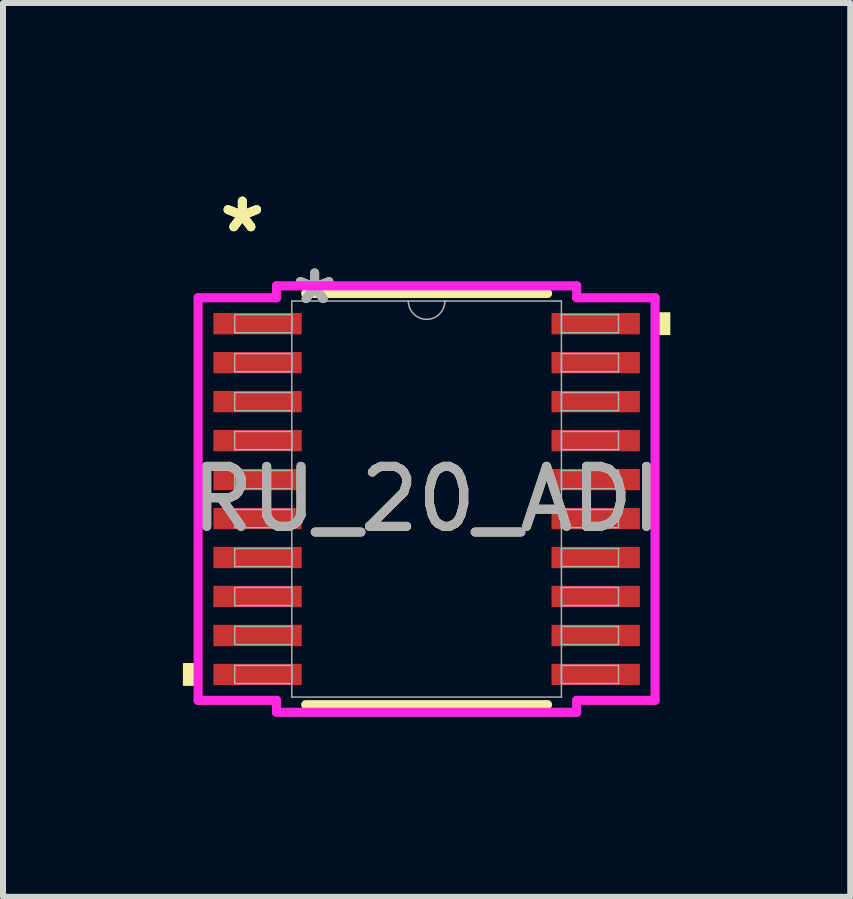
<source format=kicad_pcb>
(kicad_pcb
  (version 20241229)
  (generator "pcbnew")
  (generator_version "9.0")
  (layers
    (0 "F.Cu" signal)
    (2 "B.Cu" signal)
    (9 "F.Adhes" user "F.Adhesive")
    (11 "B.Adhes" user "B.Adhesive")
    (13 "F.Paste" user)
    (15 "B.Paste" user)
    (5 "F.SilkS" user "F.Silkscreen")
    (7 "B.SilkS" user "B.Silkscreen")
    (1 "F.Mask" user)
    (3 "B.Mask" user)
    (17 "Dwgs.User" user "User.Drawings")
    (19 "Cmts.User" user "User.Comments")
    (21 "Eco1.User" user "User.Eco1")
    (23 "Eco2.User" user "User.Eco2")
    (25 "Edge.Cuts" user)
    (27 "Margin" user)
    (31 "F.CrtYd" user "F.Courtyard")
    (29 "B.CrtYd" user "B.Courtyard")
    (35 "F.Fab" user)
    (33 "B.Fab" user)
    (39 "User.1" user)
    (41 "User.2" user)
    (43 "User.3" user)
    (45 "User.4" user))
  (footprint "RU_20_ADI"
    (layer "F.Cu")
    (at 4.064 5.272)
    (property "Reference" "RU_20_ADI" (at 0 0 0) (unlocked yes) (layer "F.SilkS") (effects (font (size 1 1) (thickness 0.15))))
    (attr smd)
    (fp_line (start -2.017 3.429) (end 2.017 3.429) (stroke (width 0.152) (type solid)) (layer "F.SilkS"))
    (fp_line (start 2.017 -3.429) (end -2.017 -3.429) (stroke (width 0.152) (type solid)) (layer "F.SilkS"))
    (fp_poly (pts (xy -4.064 2.734) (xy -4.064 3.115) (xy -3.81 3.115) (xy -3.81 2.734)) (stroke (width 0) (type solid)) (fill yes) (layer "F.SilkS"))
    (fp_poly (pts (xy 4.064 -3.115) (xy 4.064 -2.734) (xy 3.81 -2.734) (xy 3.81 -3.115)) (stroke (width 0) (type solid)) (fill yes) (layer "F.SilkS"))
    (fp_line (start -3.81 -3.357) (end -2.502 -3.357) (stroke (width 0.152) (type solid)) (layer "F.CrtYd"))
    (fp_line (start -3.81 3.357) (end -3.81 -3.357) (stroke (width 0.152) (type solid)) (layer "F.CrtYd"))
    (fp_line (start -3.81 3.357) (end -2.502 3.357) (stroke (width 0.152) (type solid)) (layer "F.CrtYd"))
    (fp_line (start -2.502 -3.556) (end 2.502 -3.556) (stroke (width 0.152) (type solid)) (layer "F.CrtYd"))
    (fp_line (start -2.502 -3.357) (end -2.502 -3.556) (stroke (width 0.152) (type solid)) (layer "F.CrtYd"))
    (fp_line (start -2.502 3.556) (end -2.502 3.357) (stroke (width 0.152) (type solid)) (layer "F.CrtYd"))
    (fp_line (start 2.502 -3.556) (end 2.502 -3.357) (stroke (width 0.152) (type solid)) (layer "F.CrtYd"))
    (fp_line (start 2.502 3.357) (end 2.502 3.556) (stroke (width 0.152) (type solid)) (layer "F.CrtYd"))
    (fp_line (start 2.502 3.556) (end -2.502 3.556) (stroke (width 0.152) (type solid)) (layer "F.CrtYd"))
    (fp_line (start 3.81 -3.357) (end 2.502 -3.357) (stroke (width 0.152) (type solid)) (layer "F.CrtYd"))
    (fp_line (start 3.81 -3.357) (end 3.81 3.357) (stroke (width 0.152) (type solid)) (layer "F.CrtYd"))
    (fp_line (start 3.81 3.357) (end 2.502 3.357) (stroke (width 0.152) (type solid)) (layer "F.CrtYd"))
    (fp_line (start -3.2 -3.077) (end -3.2 -2.773) (stroke (width 0.025) (type solid)) (layer "F.Fab"))
    (fp_line (start -3.2 -2.773) (end -2.248 -2.773) (stroke (width 0.025) (type solid)) (layer "F.Fab"))
    (fp_line (start -3.2 -2.427) (end -3.2 -2.123) (stroke (width 0.025) (type solid)) (layer "F.Fab"))
    (fp_line (start -3.2 -2.123) (end -2.248 -2.123) (stroke (width 0.025) (type solid)) (layer "F.Fab"))
    (fp_line (start -3.2 -1.777) (end -3.2 -1.473) (stroke (width 0.025) (type solid)) (layer "F.Fab"))
    (fp_line (start -3.2 -1.473) (end -2.248 -1.473) (stroke (width 0.025) (type solid)) (layer "F.Fab"))
    (fp_line (start -3.2 -1.127) (end -3.2 -0.823) (stroke (width 0.025) (type solid)) (layer "F.Fab"))
    (fp_line (start -3.2 -0.823) (end -2.248 -0.823) (stroke (width 0.025) (type solid)) (layer "F.Fab"))
    (fp_line (start -3.2 -0.477) (end -3.2 -0.173) (stroke (width 0.025) (type solid)) (layer "F.Fab"))
    (fp_line (start -3.2 -0.173) (end -2.248 -0.173) (stroke (width 0.025) (type solid)) (layer "F.Fab"))
    (fp_line (start -3.2 0.173) (end -3.2 0.477) (stroke (width 0.025) (type solid)) (layer "F.Fab"))
    (fp_line (start -3.2 0.477) (end -2.248 0.477) (stroke (width 0.025) (type solid)) (layer "F.Fab"))
    (fp_line (start -3.2 0.823) (end -3.2 1.127) (stroke (width 0.025) (type solid)) (layer "F.Fab"))
    (fp_line (start -3.2 1.127) (end -2.248 1.127) (stroke (width 0.025) (type solid)) (layer "F.Fab"))
    (fp_line (start -3.2 1.473) (end -3.2 1.777) (stroke (width 0.025) (type solid)) (layer "F.Fab"))
    (fp_line (start -3.2 1.777) (end -2.248 1.777) (stroke (width 0.025) (type solid)) (layer "F.Fab"))
    (fp_line (start -3.2 2.123) (end -3.2 2.427) (stroke (width 0.025) (type solid)) (layer "F.Fab"))
    (fp_line (start -3.2 2.427) (end -2.248 2.427) (stroke (width 0.025) (type solid)) (layer "F.Fab"))
    (fp_line (start -3.2 2.773) (end -3.2 3.077) (stroke (width 0.025) (type solid)) (layer "F.Fab"))
    (fp_line (start -3.2 3.077) (end -2.248 3.077) (stroke (width 0.025) (type solid)) (layer "F.Fab"))
    (fp_line (start -2.248 -3.302) (end -2.248 3.302) (stroke (width 0.025) (type solid)) (layer "F.Fab"))
    (fp_line (start -2.248 -3.077) (end -3.2 -3.077) (stroke (width 0.025) (type solid)) (layer "F.Fab"))
    (fp_line (start -2.248 -2.773) (end -2.248 -3.077) (stroke (width 0.025) (type solid)) (layer "F.Fab"))
    (fp_line (start -2.248 -2.427) (end -3.2 -2.427) (stroke (width 0.025) (type solid)) (layer "F.Fab"))
    (fp_line (start -2.248 -2.123) (end -2.248 -2.427) (stroke (width 0.025) (type solid)) (layer "F.Fab"))
    (fp_line (start -2.248 -1.777) (end -3.2 -1.777) (stroke (width 0.025) (type solid)) (layer "F.Fab"))
    (fp_line (start -2.248 -1.473) (end -2.248 -1.777) (stroke (width 0.025) (type solid)) (layer "F.Fab"))
    (fp_line (start -2.248 -1.127) (end -3.2 -1.127) (stroke (width 0.025) (type solid)) (layer "F.Fab"))
    (fp_line (start -2.248 -0.823) (end -2.248 -1.127) (stroke (width 0.025) (type solid)) (layer "F.Fab"))
    (fp_line (start -2.248 -0.477) (end -3.2 -0.477) (stroke (width 0.025) (type solid)) (layer "F.Fab"))
    (fp_line (start -2.248 -0.173) (end -2.248 -0.477) (stroke (width 0.025) (type solid)) (layer "F.Fab"))
    (fp_line (start -2.248 0.173) (end -3.2 0.173) (stroke (width 0.025) (type solid)) (layer "F.Fab"))
    (fp_line (start -2.248 0.477) (end -2.248 0.173) (stroke (width 0.025) (type solid)) (layer "F.Fab"))
    (fp_line (start -2.248 0.823) (end -3.2 0.823) (stroke (width 0.025) (type solid)) (layer "F.Fab"))
    (fp_line (start -2.248 1.127) (end -2.248 0.823) (stroke (width 0.025) (type solid)) (layer "F.Fab"))
    (fp_line (start -2.248 1.473) (end -3.2 1.473) (stroke (width 0.025) (type solid)) (layer "F.Fab"))
    (fp_line (start -2.248 1.777) (end -2.248 1.473) (stroke (width 0.025) (type solid)) (layer "F.Fab"))
    (fp_line (start -2.248 2.123) (end -3.2 2.123) (stroke (width 0.025) (type solid)) (layer "F.Fab"))
    (fp_line (start -2.248 2.427) (end -2.248 2.123) (stroke (width 0.025) (type solid)) (layer "F.Fab"))
    (fp_line (start -2.248 2.773) (end -3.2 2.773) (stroke (width 0.025) (type solid)) (layer "F.Fab"))
    (fp_line (start -2.248 3.077) (end -2.248 2.773) (stroke (width 0.025) (type solid)) (layer "F.Fab"))
    (fp_line (start -2.248 3.302) (end 2.248 3.302) (stroke (width 0.025) (type solid)) (layer "F.Fab"))
    (fp_line (start 2.248 -3.302) (end -2.248 -3.302) (stroke (width 0.025) (type solid)) (layer "F.Fab"))
    (fp_line (start 2.248 -3.077) (end 2.248 -2.773) (stroke (width 0.025) (type solid)) (layer "F.Fab"))
    (fp_line (start 2.248 -2.773) (end 3.2 -2.773) (stroke (width 0.025) (type solid)) (layer "F.Fab"))
    (fp_line (start 2.248 -2.427) (end 2.248 -2.123) (stroke (width 0.025) (type solid)) (layer "F.Fab"))
    (fp_line (start 2.248 -2.123) (end 3.2 -2.123) (stroke (width 0.025) (type solid)) (layer "F.Fab"))
    (fp_line (start 2.248 -1.777) (end 2.248 -1.473) (stroke (width 0.025) (type solid)) (layer "F.Fab"))
    (fp_line (start 2.248 -1.473) (end 3.2 -1.473) (stroke (width 0.025) (type solid)) (layer "F.Fab"))
    (fp_line (start 2.248 -1.127) (end 2.248 -0.823) (stroke (width 0.025) (type solid)) (layer "F.Fab"))
    (fp_line (start 2.248 -0.823) (end 3.2 -0.823) (stroke (width 0.025) (type solid)) (layer "F.Fab"))
    (fp_line (start 2.248 -0.477) (end 2.248 -0.173) (stroke (width 0.025) (type solid)) (layer "F.Fab"))
    (fp_line (start 2.248 -0.173) (end 3.2 -0.173) (stroke (width 0.025) (type solid)) (layer "F.Fab"))
    (fp_line (start 2.248 0.173) (end 2.248 0.477) (stroke (width 0.025) (type solid)) (layer "F.Fab"))
    (fp_line (start 2.248 0.477) (end 3.2 0.477) (stroke (width 0.025) (type solid)) (layer "F.Fab"))
    (fp_line (start 2.248 0.823) (end 2.248 1.127) (stroke (width 0.025) (type solid)) (layer "F.Fab"))
    (fp_line (start 2.248 1.127) (end 3.2 1.127) (stroke (width 0.025) (type solid)) (layer "F.Fab"))
    (fp_line (start 2.248 1.473) (end 2.248 1.777) (stroke (width 0.025) (type solid)) (layer "F.Fab"))
    (fp_line (start 2.248 1.777) (end 3.2 1.777) (stroke (width 0.025) (type solid)) (layer "F.Fab"))
    (fp_line (start 2.248 2.123) (end 2.248 2.427) (stroke (width 0.025) (type solid)) (layer "F.Fab"))
    (fp_line (start 2.248 2.427) (end 3.2 2.427) (stroke (width 0.025) (type solid)) (layer "F.Fab"))
    (fp_line (start 2.248 2.773) (end 2.248 3.077) (stroke (width 0.025) (type solid)) (layer "F.Fab"))
    (fp_line (start 2.248 3.077) (end 3.2 3.077) (stroke (width 0.025) (type solid)) (layer "F.Fab"))
    (fp_line (start 2.248 3.302) (end 2.248 -3.302) (stroke (width 0.025) (type solid)) (layer "F.Fab"))
    (fp_line (start 3.2 -3.077) (end 2.248 -3.077) (stroke (width 0.025) (type solid)) (layer "F.Fab"))
    (fp_line (start 3.2 -2.773) (end 3.2 -3.077) (stroke (width 0.025) (type solid)) (layer "F.Fab"))
    (fp_line (start 3.2 -2.427) (end 2.248 -2.427) (stroke (width 0.025) (type solid)) (layer "F.Fab"))
    (fp_line (start 3.2 -2.123) (end 3.2 -2.427) (stroke (width 0.025) (type solid)) (layer "F.Fab"))
    (fp_line (start 3.2 -1.777) (end 2.248 -1.777) (stroke (width 0.025) (type solid)) (layer "F.Fab"))
    (fp_line (start 3.2 -1.473) (end 3.2 -1.777) (stroke (width 0.025) (type solid)) (layer "F.Fab"))
    (fp_line (start 3.2 -1.127) (end 2.248 -1.127) (stroke (width 0.025) (type solid)) (layer "F.Fab"))
    (fp_line (start 3.2 -0.823) (end 3.2 -1.127) (stroke (width 0.025) (type solid)) (layer "F.Fab"))
    (fp_line (start 3.2 -0.477) (end 2.248 -0.477) (stroke (width 0.025) (type solid)) (layer "F.Fab"))
    (fp_line (start 3.2 -0.173) (end 3.2 -0.477) (stroke (width 0.025) (type solid)) (layer "F.Fab"))
    (fp_line (start 3.2 0.173) (end 2.248 0.173) (stroke (width 0.025) (type solid)) (layer "F.Fab"))
    (fp_line (start 3.2 0.477) (end 3.2 0.173) (stroke (width 0.025) (type solid)) (layer "F.Fab"))
    (fp_line (start 3.2 0.823) (end 2.248 0.823) (stroke (width 0.025) (type solid)) (layer "F.Fab"))
    (fp_line (start 3.2 1.127) (end 3.2 0.823) (stroke (width 0.025) (type solid)) (layer "F.Fab"))
    (fp_line (start 3.2 1.473) (end 2.248 1.473) (stroke (width 0.025) (type solid)) (layer "F.Fab"))
    (fp_line (start 3.2 1.777) (end 3.2 1.473) (stroke (width 0.025) (type solid)) (layer "F.Fab"))
    (fp_line (start 3.2 2.123) (end 2.248 2.123) (stroke (width 0.025) (type solid)) (layer "F.Fab"))
    (fp_line (start 3.2 2.427) (end 3.2 2.123) (stroke (width 0.025) (type solid)) (layer "F.Fab"))
    (fp_line (start 3.2 2.773) (end 2.248 2.773) (stroke (width 0.025) (type solid)) (layer "F.Fab"))
    (fp_line (start 3.2 3.077) (end 3.2 2.773) (stroke (width 0.025) (type solid)) (layer "F.Fab"))
    (fp_arc (start 0.3048 -3.302) (mid 0 -2.9972) (end -0.3048 -3.302) (stroke (width 0.0254) (type solid)) (layer "F.Fab"))
    (fp_text user "*" (at -3.073 -4.424 0) (layer "F.SilkS") (effects (font (size 1 1) (thickness 0.15))))
    (fp_text user "*" (at -3.073 -4.424 0) (unlocked yes) (layer "F.SilkS") (effects (font (size 1 1) (thickness 0.15))))
    (fp_text user "*" (at -1.867 -3.226 0) (unlocked yes) (layer "F.Fab") (effects (font (size 1 1) (thickness 0.15))))
    (fp_text user "${REFERENCE}" (at 0 0 0) (unlocked yes) (layer "F.Fab") (effects (font (size 1 1) (thickness 0.15))))
    (fp_text user "*" (at -1.867 -3.226 0) (layer "F.Fab") (effects (font (size 1 1) (thickness 0.15))))
    (pad "1" smd rect (at -2.819 -2.925) (size 1.473 0.356) (layers "F.Cu" "F.Mask" "F.Paste"))
    (pad "2" smd rect (at -2.819 -2.275) (size 1.473 0.356) (layers "F.Cu" "F.Mask" "F.Paste"))
    (pad "3" smd rect (at -2.819 -1.625) (size 1.473 0.356) (layers "F.Cu" "F.Mask" "F.Paste"))
    (pad "4" smd rect (at -2.819 -0.975) (size 1.473 0.356) (layers "F.Cu" "F.Mask" "F.Paste"))
    (pad "5" smd rect (at -2.819 -0.325) (size 1.473 0.356) (layers "F.Cu" "F.Mask" "F.Paste"))
    (pad "6" smd rect (at -2.819 0.325) (size 1.473 0.356) (layers "F.Cu" "F.Mask" "F.Paste"))
    (pad "7" smd rect (at -2.819 0.975) (size 1.473 0.356) (layers "F.Cu" "F.Mask" "F.Paste"))
    (pad "8" smd rect (at -2.819 1.625) (size 1.473 0.356) (layers "F.Cu" "F.Mask" "F.Paste"))
    (pad "9" smd rect (at -2.819 2.275) (size 1.473 0.356) (layers "F.Cu" "F.Mask" "F.Paste"))
    (pad "10" smd rect (at -2.819 2.925) (size 1.473 0.356) (layers "F.Cu" "F.Mask" "F.Paste"))
    (pad "11" smd rect (at 2.819 2.925) (size 1.473 0.356) (layers "F.Cu" "F.Mask" "F.Paste"))
    (pad "12" smd rect (at 2.819 2.275) (size 1.473 0.356) (layers "F.Cu" "F.Mask" "F.Paste"))
    (pad "13" smd rect (at 2.819 1.625) (size 1.473 0.356) (layers "F.Cu" "F.Mask" "F.Paste"))
    (pad "14" smd rect (at 2.819 0.975) (size 1.473 0.356) (layers "F.Cu" "F.Mask" "F.Paste"))
    (pad "15" smd rect (at 2.819 0.325) (size 1.473 0.356) (layers "F.Cu" "F.Mask" "F.Paste"))
    (pad "16" smd rect (at 2.819 -0.325) (size 1.473 0.356) (layers "F.Cu" "F.Mask" "F.Paste"))
    (pad "17" smd rect (at 2.819 -0.975) (size 1.473 0.356) (layers "F.Cu" "F.Mask" "F.Paste"))
    (pad "18" smd rect (at 2.819 -1.625) (size 1.473 0.356) (layers "F.Cu" "F.Mask" "F.Paste"))
    (pad "19" smd rect (at 2.819 -2.275) (size 1.473 0.356) (layers "F.Cu" "F.Mask" "F.Paste"))
    (pad "20" smd rect (at 2.819 -2.925) (size 1.473 0.356) (layers "F.Cu" "F.Mask" "F.Paste")))
  (gr_rect
    (start -3 -3)
    (end 11.128 11.904)
    (stroke (width 0.1) (type default))
    (fill no)
    (layer "Edge.Cuts")))
</source>
